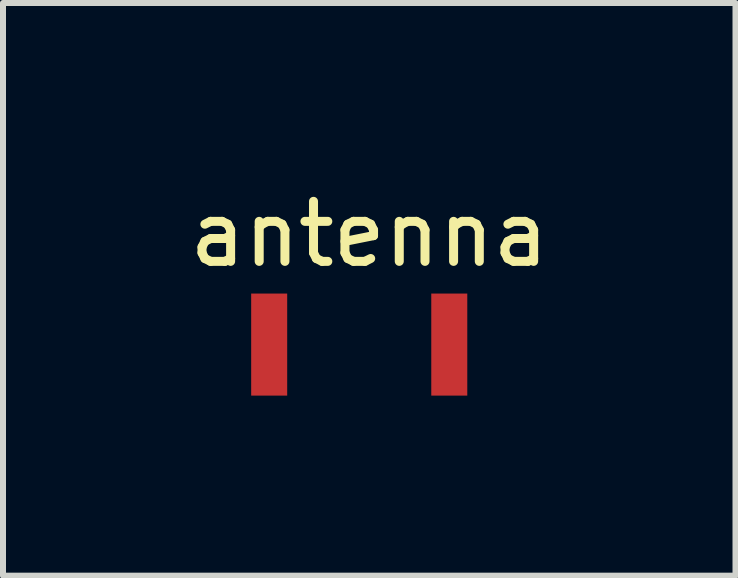
<source format=kicad_pcb>
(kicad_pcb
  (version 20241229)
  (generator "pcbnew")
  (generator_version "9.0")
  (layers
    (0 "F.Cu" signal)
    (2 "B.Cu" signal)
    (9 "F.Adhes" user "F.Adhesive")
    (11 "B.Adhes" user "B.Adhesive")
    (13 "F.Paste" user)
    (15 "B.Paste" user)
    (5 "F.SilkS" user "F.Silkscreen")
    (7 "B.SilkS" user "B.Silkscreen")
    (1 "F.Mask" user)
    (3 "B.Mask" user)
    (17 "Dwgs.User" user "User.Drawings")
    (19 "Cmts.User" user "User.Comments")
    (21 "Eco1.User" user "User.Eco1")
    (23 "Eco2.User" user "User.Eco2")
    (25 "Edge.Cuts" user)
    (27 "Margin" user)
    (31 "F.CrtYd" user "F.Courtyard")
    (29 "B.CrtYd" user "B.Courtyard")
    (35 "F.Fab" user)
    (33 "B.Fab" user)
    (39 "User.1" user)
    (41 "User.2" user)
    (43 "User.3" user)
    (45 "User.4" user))
  (footprint "antenna"
    (layer "F.Cu")
    (at 2.974 2.69)
    (property "Reference" "antenna" (at 0.127 -1.841 0) (layer "F.SilkS") (effects (font (size 1 1) (thickness 0.15))))
    (attr through_hole)
    (pad "1" smd rect (at -1.54 0) (size 0.6 1.7) (layers "F.Cu" "F.Mask" "F.Paste"))
    (pad "2" smd rect (at 1.46 0) (size 0.6 1.7) (layers "F.Cu" "F.Mask" "F.Paste")))
  (gr_rect
    (start -3 -3)
    (end 9.202 6.54)
    (stroke (width 0.1) (type default))
    (fill no)
    (layer "Edge.Cuts")))
</source>
